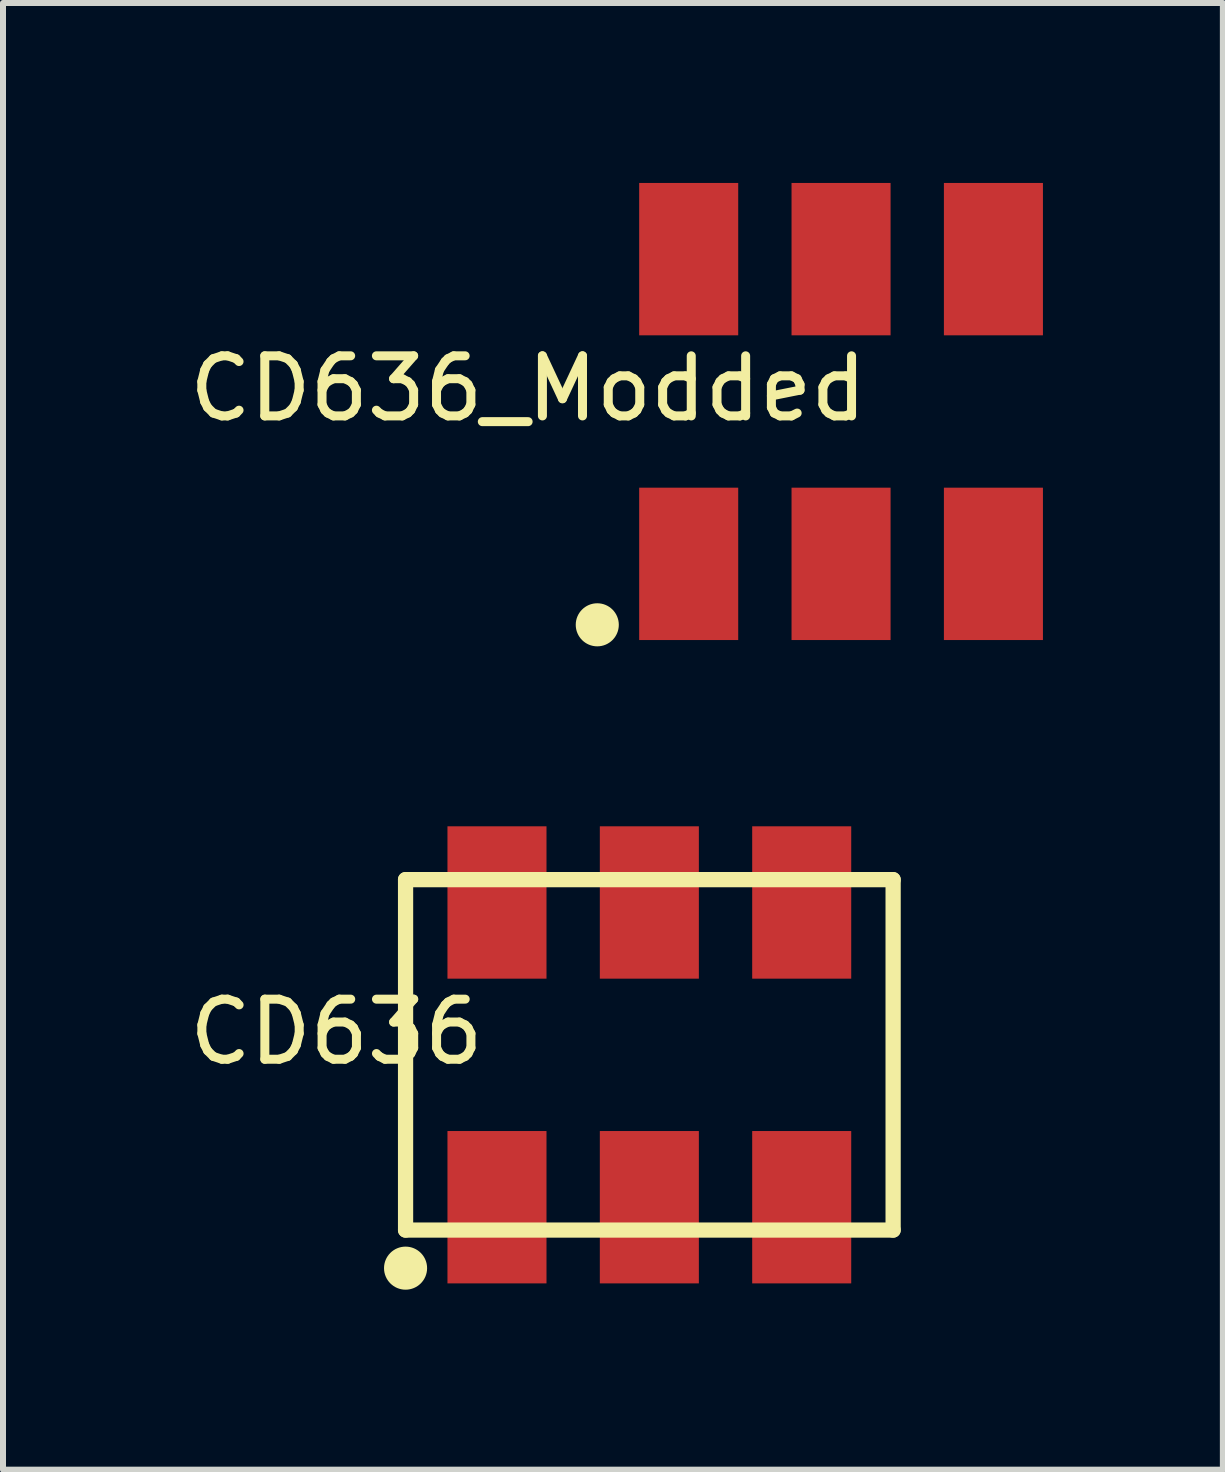
<source format=kicad_pcb>
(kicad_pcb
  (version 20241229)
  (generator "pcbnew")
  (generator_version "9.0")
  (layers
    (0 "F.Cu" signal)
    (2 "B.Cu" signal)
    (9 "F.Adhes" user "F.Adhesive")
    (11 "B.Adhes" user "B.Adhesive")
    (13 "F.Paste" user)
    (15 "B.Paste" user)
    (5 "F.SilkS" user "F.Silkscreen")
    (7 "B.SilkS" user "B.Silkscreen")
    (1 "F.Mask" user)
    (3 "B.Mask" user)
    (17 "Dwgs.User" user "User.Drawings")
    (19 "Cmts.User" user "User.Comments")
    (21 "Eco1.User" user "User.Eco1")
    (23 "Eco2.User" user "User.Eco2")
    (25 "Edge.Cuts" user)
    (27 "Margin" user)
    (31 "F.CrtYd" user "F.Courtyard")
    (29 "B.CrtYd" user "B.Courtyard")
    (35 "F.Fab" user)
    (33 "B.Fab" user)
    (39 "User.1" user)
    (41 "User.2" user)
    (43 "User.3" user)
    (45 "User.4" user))
  (footprint "CD636"
    (layer "F.Cu")
    (at 7.775 14.535)
    (property "Reference" "CD636" (at -5.217 -0.382 180) (layer "F.SilkS") (effects (font (size 1.002 1.002) (thickness 0.15))))
    (attr smd)
    (fp_line (start -4.064 -2.921) (end 4.064 -2.921) (stroke (width 0.254) (type solid)) (layer "F.SilkS"))
    (fp_line (start -4.064 2.921) (end -4.064 -2.921) (stroke (width 0.254) (type solid)) (layer "F.SilkS"))
    (fp_line (start 4.064 -2.921) (end 4.064 2.921) (stroke (width 0.254) (type solid)) (layer "F.SilkS"))
    (fp_line (start 4.064 2.921) (end -4.064 2.921) (stroke (width 0.254) (type solid)) (layer "F.SilkS"))
    (fp_circle (center -4.064 3.556) (end -3.705 3.556) (stroke (width 0) (type solid)) (fill yes) (layer "F.SilkS"))
    (pad "1" smd rect (at -2.54 2.54) (size 1.651 2.54) (layers "F.Cu" "F.Mask" "F.Paste"))
    (pad "2" smd rect (at 0 2.54) (size 1.651 2.54) (layers "F.Cu" "F.Mask" "F.Paste"))
    (pad "3" smd rect (at 2.54 2.54) (size 1.651 2.54) (layers "F.Cu" "F.Mask" "F.Paste"))
    (pad "4" smd rect (at 2.54 -2.54) (size 1.651 2.54) (layers "F.Cu" "F.Mask" "F.Paste"))
    (pad "5" smd rect (at 0 -2.54) (size 1.651 2.54) (layers "F.Cu" "F.Mask" "F.Paste"))
    (pad "6" smd rect (at -2.54 -2.54) (size 1.651 2.54) (layers "F.Cu" "F.Mask" "F.Paste")))
  (footprint "CD636_Modded"
    (layer "F.Cu")
    (at 10.971 3.81)
    (property "Reference" "CD636_Modded" (at -5.217 -0.382 180) (layer "F.SilkS") (effects (font (size 1.002 1.002) (thickness 0.15))))
    (attr smd)
    (fp_circle (center -4.064 3.556) (end -3.705 3.556) (stroke (width 0) (type solid)) (fill yes) (layer "F.SilkS"))
    (pad "1" smd rect (at -2.54 2.54) (size 1.651 2.54) (layers "F.Cu" "F.Mask" "F.Paste"))
    (pad "2" smd rect (at 0 2.54) (size 1.651 2.54) (layers "F.Cu" "F.Mask" "F.Paste"))
    (pad "3" smd rect (at 2.54 2.54) (size 1.651 2.54) (layers "F.Cu" "F.Mask" "F.Paste"))
    (pad "4" smd rect (at 2.54 -2.54) (size 1.651 2.54) (layers "F.Cu" "F.Mask" "F.Paste"))
    (pad "5" smd rect (at 0 -2.54) (size 1.651 2.54) (layers "F.Cu" "F.Mask" "F.Paste"))
    (pad "6" smd rect (at -2.54 -2.54) (size 1.651 2.54) (layers "F.Cu" "F.Mask" "F.Paste")))
  (gr_rect
    (start -3 -3)
    (end 17.336 21.45)
    (stroke (width 0.1) (type default))
    (fill no)
    (layer "Edge.Cuts")))
</source>
